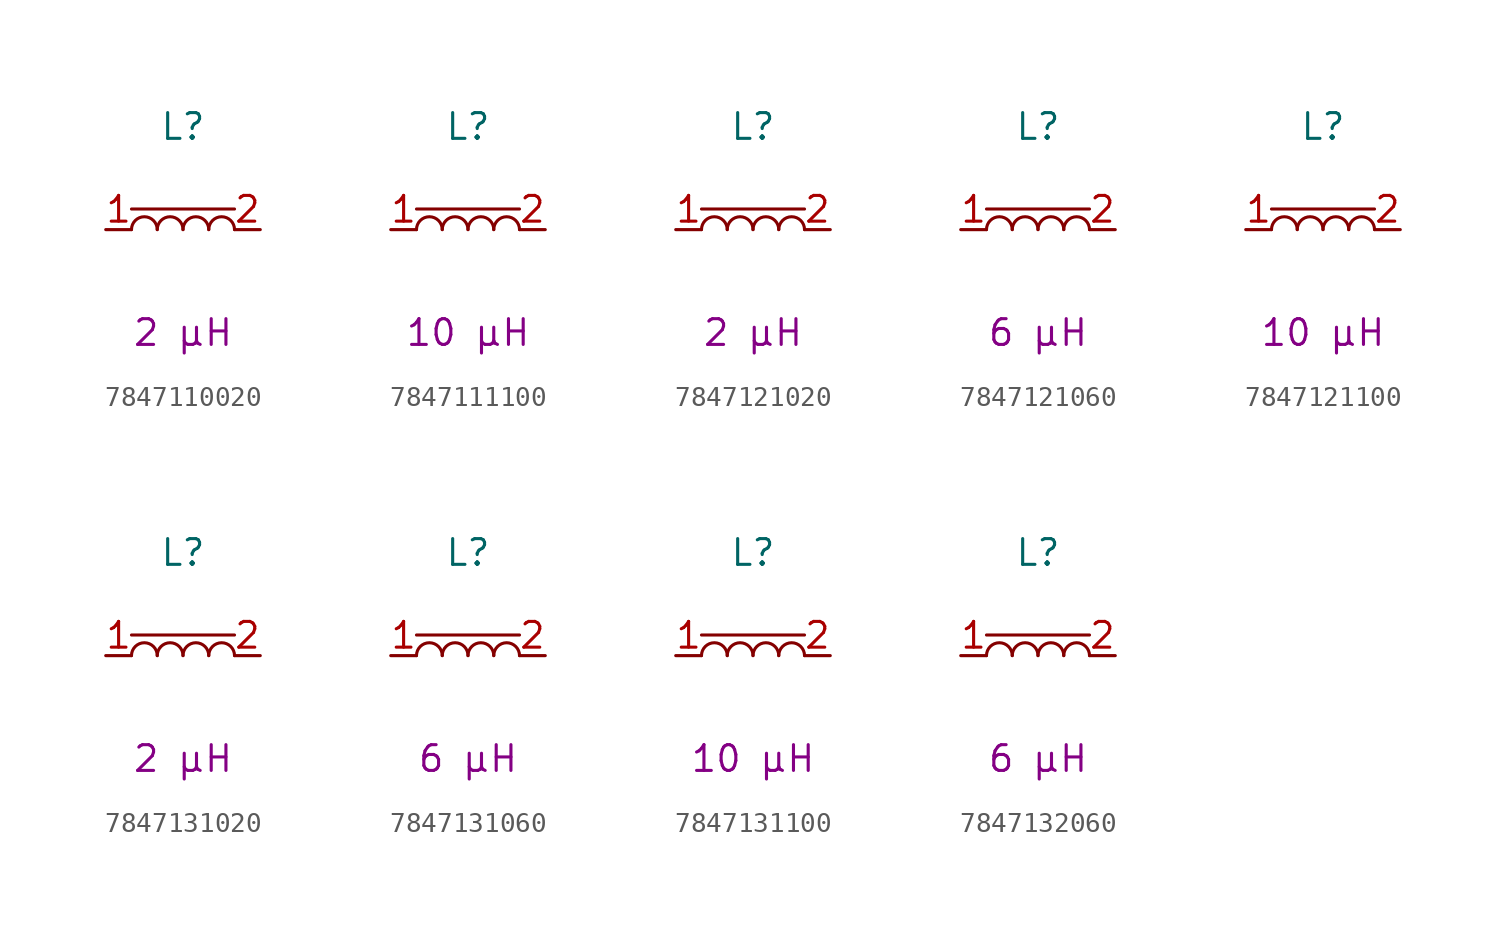
<source format=kicad_sym>
(kicad_symbol_lib
  (version 20220914)
  (generator kicad_symbol_editor)
  (symbol "7847110020"
    (pin_names hide)
    (property "Reference" "L"
      (at 0 5.08 0)
      (effects (font (size 1.27 1.27))))
    (property "Critical Parameter" "2 µH"
      (at 0 -5.08 0)
      (effects (font (size 1.27 1.27))))
    (symbol "7847110020_0_1"
      (arc (start -1.27 0) (mid -1.905 0.6323) (end -2.54 0) (stroke (width 0) (type default)) (fill (type none)))
      (arc (start 0 0) (mid -0.635 0.6323) (end -1.27 0) (stroke (width 0) (type default)) (fill (type none)))
      (polyline (pts (xy -2.54 1.016) (xy 2.54 1.016)) (stroke (width 0) (type default)) (fill (type none)))
      (arc (start 1.27 0) (mid 0.635 0.6323) (end 0 0) (stroke (width 0) (type default)) (fill (type none)))
      (arc (start 2.54 0) (mid 1.905 0.6323) (end 1.27 0) (stroke (width 0) (type default)) (fill (type none))))
    (symbol "7847110020_1_1"
      (pin passive line (at -3.81 0 0) (length 1.27) (name "1" (effects (font (size 1.27 1.27)))) (number "1" (effects (font (size 1.27 1.27)))))
      (pin passive line (at 3.81 0 180) (length 1.27) (name "2" (effects (font (size 1.27 1.27)))) (number "2" (effects (font (size 1.27 1.27)))))))
  (symbol "7847111100"
    (pin_names hide)
    (property "Reference" "L"
      (at 0 5.08 0)
      (effects (font (size 1.27 1.27))))
    (property "Critical Parameter" "10 µH"
      (at 0 -5.08 0)
      (effects (font (size 1.27 1.27))))
    (symbol "7847111100_0_1"
      (arc (start -1.27 0) (mid -1.905 0.6323) (end -2.54 0) (stroke (width 0) (type default)) (fill (type none)))
      (arc (start 0 0) (mid -0.635 0.6323) (end -1.27 0) (stroke (width 0) (type default)) (fill (type none)))
      (polyline (pts (xy -2.54 1.016) (xy 2.54 1.016)) (stroke (width 0) (type default)) (fill (type none)))
      (arc (start 1.27 0) (mid 0.635 0.6323) (end 0 0) (stroke (width 0) (type default)) (fill (type none)))
      (arc (start 2.54 0) (mid 1.905 0.6323) (end 1.27 0) (stroke (width 0) (type default)) (fill (type none))))
    (symbol "7847111100_1_1"
      (pin passive line (at -3.81 0 0) (length 1.27) (name "1" (effects (font (size 1.27 1.27)))) (number "1" (effects (font (size 1.27 1.27)))))
      (pin passive line (at 3.81 0 180) (length 1.27) (name "2" (effects (font (size 1.27 1.27)))) (number "2" (effects (font (size 1.27 1.27)))))))
  (symbol "7847121020"
    (pin_names hide)
    (property "Reference" "L"
      (at 0 5.08 0)
      (effects (font (size 1.27 1.27))))
    (property "Critical Parameter" "2 µH"
      (at 0 -5.08 0)
      (effects (font (size 1.27 1.27))))
    (symbol "7847121020_0_1"
      (arc (start -1.27 0) (mid -1.905 0.6323) (end -2.54 0) (stroke (width 0) (type default)) (fill (type none)))
      (arc (start 0 0) (mid -0.635 0.6323) (end -1.27 0) (stroke (width 0) (type default)) (fill (type none)))
      (polyline (pts (xy -2.54 1.016) (xy 2.54 1.016)) (stroke (width 0) (type default)) (fill (type none)))
      (arc (start 1.27 0) (mid 0.635 0.6323) (end 0 0) (stroke (width 0) (type default)) (fill (type none)))
      (arc (start 2.54 0) (mid 1.905 0.6323) (end 1.27 0) (stroke (width 0) (type default)) (fill (type none))))
    (symbol "7847121020_1_1"
      (pin passive line (at -3.81 0 0) (length 1.27) (name "1" (effects (font (size 1.27 1.27)))) (number "1" (effects (font (size 1.27 1.27)))))
      (pin passive line (at 3.81 0 180) (length 1.27) (name "2" (effects (font (size 1.27 1.27)))) (number "2" (effects (font (size 1.27 1.27)))))))
  (symbol "7847121060"
    (pin_names hide)
    (property "Reference" "L"
      (at 0 5.08 0)
      (effects (font (size 1.27 1.27))))
    (property "Critical Parameter" "6 µH"
      (at 0 -5.08 0)
      (effects (font (size 1.27 1.27))))
    (symbol "7847121060_0_1"
      (arc (start -1.27 0) (mid -1.905 0.6323) (end -2.54 0) (stroke (width 0) (type default)) (fill (type none)))
      (arc (start 0 0) (mid -0.635 0.6323) (end -1.27 0) (stroke (width 0) (type default)) (fill (type none)))
      (polyline (pts (xy -2.54 1.016) (xy 2.54 1.016)) (stroke (width 0) (type default)) (fill (type none)))
      (arc (start 1.27 0) (mid 0.635 0.6323) (end 0 0) (stroke (width 0) (type default)) (fill (type none)))
      (arc (start 2.54 0) (mid 1.905 0.6323) (end 1.27 0) (stroke (width 0) (type default)) (fill (type none))))
    (symbol "7847121060_1_1"
      (pin passive line (at -3.81 0 0) (length 1.27) (name "1" (effects (font (size 1.27 1.27)))) (number "1" (effects (font (size 1.27 1.27)))))
      (pin passive line (at 3.81 0 180) (length 1.27) (name "2" (effects (font (size 1.27 1.27)))) (number "2" (effects (font (size 1.27 1.27)))))))
  (symbol "7847121100"
    (pin_names hide)
    (property "Reference" "L"
      (at 0 5.08 0)
      (effects (font (size 1.27 1.27))))
    (property "Critical Parameter" "10 µH"
      (at 0 -5.08 0)
      (effects (font (size 1.27 1.27))))
    (symbol "7847121100_0_1"
      (arc (start -1.27 0) (mid -1.905 0.6323) (end -2.54 0) (stroke (width 0) (type default)) (fill (type none)))
      (arc (start 0 0) (mid -0.635 0.6323) (end -1.27 0) (stroke (width 0) (type default)) (fill (type none)))
      (polyline (pts (xy -2.54 1.016) (xy 2.54 1.016)) (stroke (width 0) (type default)) (fill (type none)))
      (arc (start 1.27 0) (mid 0.635 0.6323) (end 0 0) (stroke (width 0) (type default)) (fill (type none)))
      (arc (start 2.54 0) (mid 1.905 0.6323) (end 1.27 0) (stroke (width 0) (type default)) (fill (type none))))
    (symbol "7847121100_1_1"
      (pin passive line (at -3.81 0 0) (length 1.27) (name "1" (effects (font (size 1.27 1.27)))) (number "1" (effects (font (size 1.27 1.27)))))
      (pin passive line (at 3.81 0 180) (length 1.27) (name "2" (effects (font (size 1.27 1.27)))) (number "2" (effects (font (size 1.27 1.27)))))))
  (symbol "7847131020"
    (pin_names hide)
    (property "Reference" "L"
      (at 0 5.08 0)
      (effects (font (size 1.27 1.27))))
    (property "Critical Parameter" "2 µH"
      (at 0 -5.08 0)
      (effects (font (size 1.27 1.27))))
    (symbol "7847131020_0_1"
      (arc (start -1.27 0) (mid -1.905 0.6323) (end -2.54 0) (stroke (width 0) (type default)) (fill (type none)))
      (arc (start 0 0) (mid -0.635 0.6323) (end -1.27 0) (stroke (width 0) (type default)) (fill (type none)))
      (polyline (pts (xy -2.54 1.016) (xy 2.54 1.016)) (stroke (width 0) (type default)) (fill (type none)))
      (arc (start 1.27 0) (mid 0.635 0.6323) (end 0 0) (stroke (width 0) (type default)) (fill (type none)))
      (arc (start 2.54 0) (mid 1.905 0.6323) (end 1.27 0) (stroke (width 0) (type default)) (fill (type none))))
    (symbol "7847131020_1_1"
      (pin passive line (at -3.81 0 0) (length 1.27) (name "1" (effects (font (size 1.27 1.27)))) (number "1" (effects (font (size 1.27 1.27)))))
      (pin passive line (at 3.81 0 180) (length 1.27) (name "2" (effects (font (size 1.27 1.27)))) (number "2" (effects (font (size 1.27 1.27)))))))
  (symbol "7847131060"
    (pin_names hide)
    (property "Reference" "L"
      (at 0 5.08 0)
      (effects (font (size 1.27 1.27))))
    (property "Critical Parameter" "6 µH"
      (at 0 -5.08 0)
      (effects (font (size 1.27 1.27))))
    (symbol "7847131060_0_1"
      (arc (start -1.27 0) (mid -1.905 0.6323) (end -2.54 0) (stroke (width 0) (type default)) (fill (type none)))
      (arc (start 0 0) (mid -0.635 0.6323) (end -1.27 0) (stroke (width 0) (type default)) (fill (type none)))
      (polyline (pts (xy -2.54 1.016) (xy 2.54 1.016)) (stroke (width 0) (type default)) (fill (type none)))
      (arc (start 1.27 0) (mid 0.635 0.6323) (end 0 0) (stroke (width 0) (type default)) (fill (type none)))
      (arc (start 2.54 0) (mid 1.905 0.6323) (end 1.27 0) (stroke (width 0) (type default)) (fill (type none))))
    (symbol "7847131060_1_1"
      (pin passive line (at -3.81 0 0) (length 1.27) (name "1" (effects (font (size 1.27 1.27)))) (number "1" (effects (font (size 1.27 1.27)))))
      (pin passive line (at 3.81 0 180) (length 1.27) (name "2" (effects (font (size 1.27 1.27)))) (number "2" (effects (font (size 1.27 1.27)))))))
  (symbol "7847131100"
    (pin_names hide)
    (property "Reference" "L"
      (at 0 5.08 0)
      (effects (font (size 1.27 1.27))))
    (property "Critical Parameter" "10 µH"
      (at 0 -5.08 0)
      (effects (font (size 1.27 1.27))))
    (symbol "7847131100_0_1"
      (arc (start -1.27 0) (mid -1.905 0.6323) (end -2.54 0) (stroke (width 0) (type default)) (fill (type none)))
      (arc (start 0 0) (mid -0.635 0.6323) (end -1.27 0) (stroke (width 0) (type default)) (fill (type none)))
      (polyline (pts (xy -2.54 1.016) (xy 2.54 1.016)) (stroke (width 0) (type default)) (fill (type none)))
      (arc (start 1.27 0) (mid 0.635 0.6323) (end 0 0) (stroke (width 0) (type default)) (fill (type none)))
      (arc (start 2.54 0) (mid 1.905 0.6323) (end 1.27 0) (stroke (width 0) (type default)) (fill (type none))))
    (symbol "7847131100_1_1"
      (pin passive line (at -3.81 0 0) (length 1.27) (name "1" (effects (font (size 1.27 1.27)))) (number "1" (effects (font (size 1.27 1.27)))))
      (pin passive line (at 3.81 0 180) (length 1.27) (name "2" (effects (font (size 1.27 1.27)))) (number "2" (effects (font (size 1.27 1.27)))))))
  (symbol "7847132060"
    (pin_names hide)
    (property "Reference" "L"
      (at 0 5.08 0)
      (effects (font (size 1.27 1.27))))
    (property "Critical Parameter" "6 µH"
      (at 0 -5.08 0)
      (effects (font (size 1.27 1.27))))
    (symbol "7847132060_0_1"
      (arc (start -1.27 0) (mid -1.905 0.6323) (end -2.54 0) (stroke (width 0) (type default)) (fill (type none)))
      (arc (start 0 0) (mid -0.635 0.6323) (end -1.27 0) (stroke (width 0) (type default)) (fill (type none)))
      (polyline (pts (xy -2.54 1.016) (xy 2.54 1.016)) (stroke (width 0) (type default)) (fill (type none)))
      (arc (start 1.27 0) (mid 0.635 0.6323) (end 0 0) (stroke (width 0) (type default)) (fill (type none)))
      (arc (start 2.54 0) (mid 1.905 0.6323) (end 1.27 0) (stroke (width 0) (type default)) (fill (type none))))
    (symbol "7847132060_1_1"
      (pin passive line (at -3.81 0 0) (length 1.27) (name "1" (effects (font (size 1.27 1.27)))) (number "1" (effects (font (size 1.27 1.27)))))
      (pin passive line (at 3.81 0 180) (length 1.27) (name "2" (effects (font (size 1.27 1.27)))) (number "2" (effects (font (size 1.27 1.27))))))))
</source>
